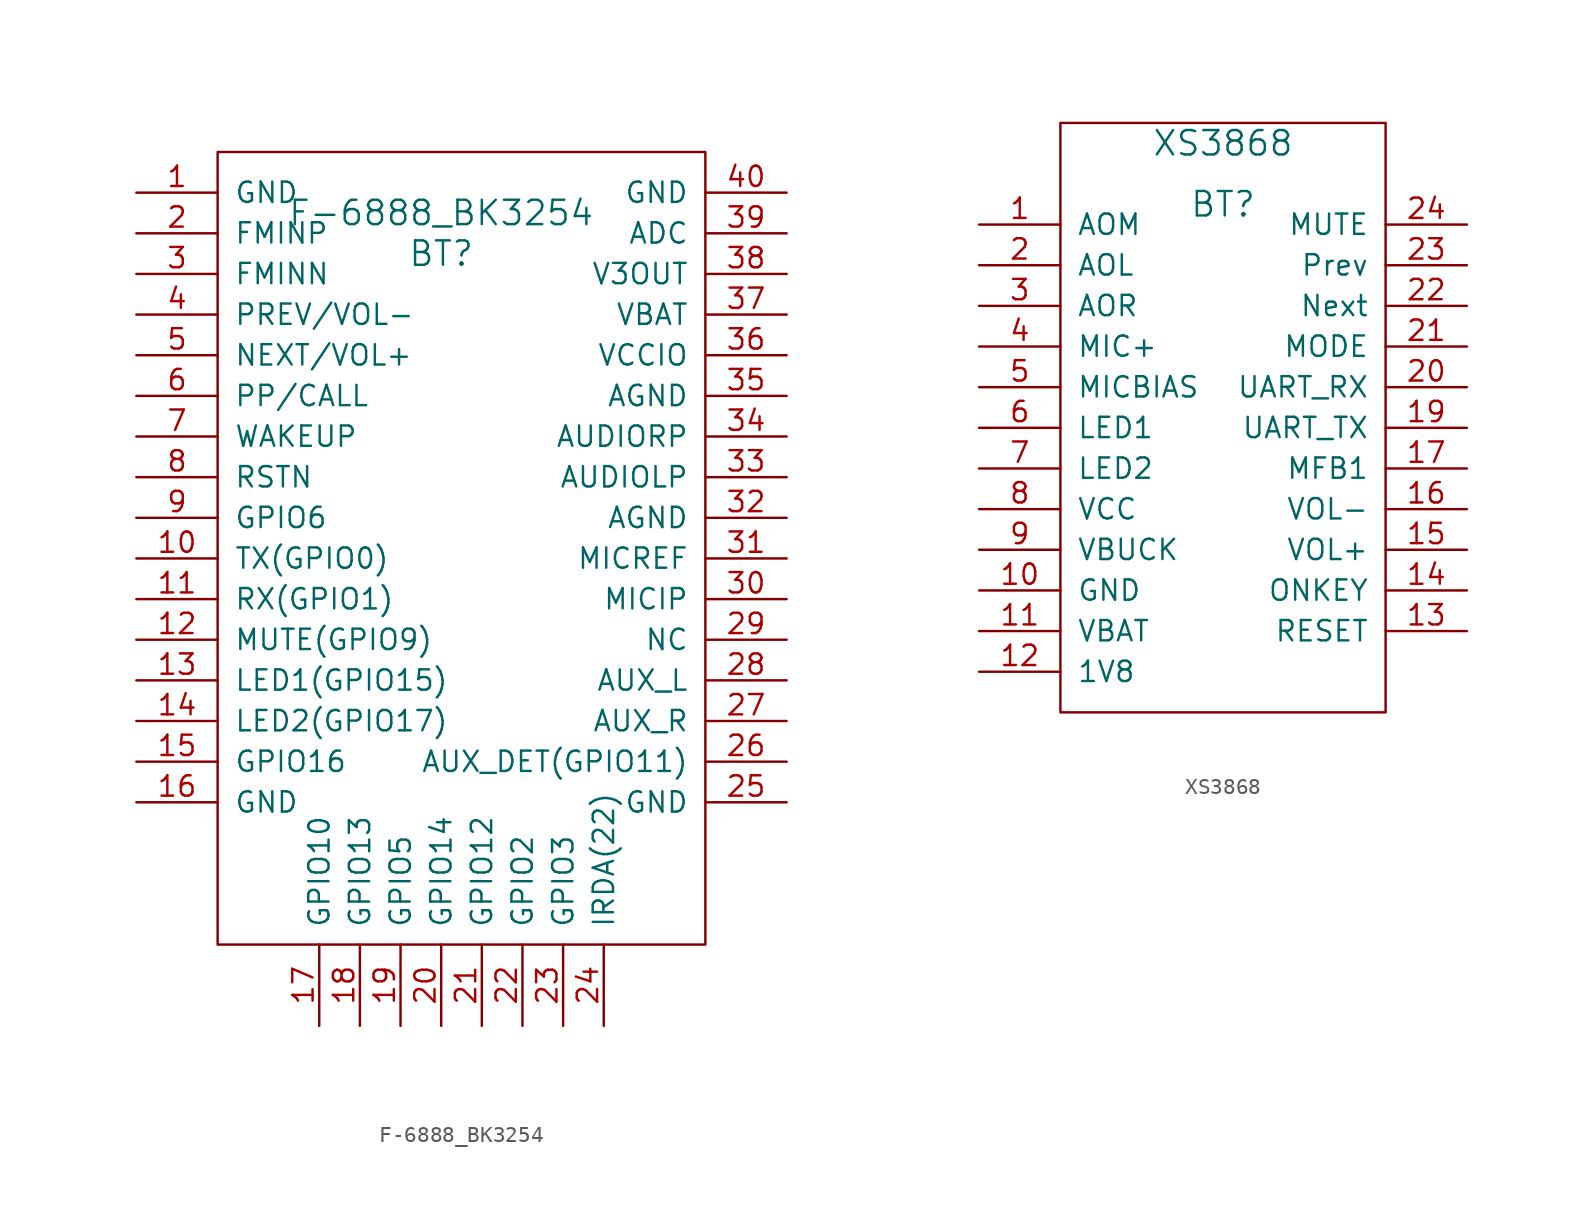
<source format=kicad_sym>
(kicad_symbol_lib
  (version 20211014)
  (generator kicad_symbol_editor)
  (symbol "F-6888_BK3254"
    (pin_names
      (offset 1.016))
    (property "Reference" "BT"
      (at 0 0 0)
      (effects (font (size 1.524 1.524))))
    (property "Value" "F-6888_BK3254"
      (at 0 2.54 0)
      (effects (font (size 1.524 1.524))))
    (symbol "F-6888_BK3254_0_1"
      (rectangle (start -13.97 6.35) (end 16.51 -43.18) (stroke (width 0) (type default) (color 0 0 0 0)) (fill (type none))))
    (symbol "F-6888_BK3254_1_1"
      (pin input line (at -19.05 3.81 0) (length 5.08) (name "GND" (effects (font (size 1.27 1.27)))) (number "1" (effects (font (size 1.27 1.27)))))
      (pin input line (at -19.05 -19.05 0) (length 5.08) (name "TX(GPIO0)" (effects (font (size 1.27 1.27)))) (number "10" (effects (font (size 1.27 1.27)))))
      (pin input line (at -19.05 -21.59 0) (length 5.08) (name "RX(GPIO1)" (effects (font (size 1.27 1.27)))) (number "11" (effects (font (size 1.27 1.27)))))
      (pin input line (at -19.05 -24.13 0) (length 5.08) (name "MUTE(GPIO9)" (effects (font (size 1.27 1.27)))) (number "12" (effects (font (size 1.27 1.27)))))
      (pin input line (at -19.05 -26.67 0) (length 5.08) (name "LED1(GPIO15)" (effects (font (size 1.27 1.27)))) (number "13" (effects (font (size 1.27 1.27)))))
      (pin input line (at -19.05 -29.21 0) (length 5.08) (name "LED2(GPIO17)" (effects (font (size 1.27 1.27)))) (number "14" (effects (font (size 1.27 1.27)))))
      (pin input line (at -19.05 -31.75 0) (length 5.08) (name "GPIO16" (effects (font (size 1.27 1.27)))) (number "15" (effects (font (size 1.27 1.27)))))
      (pin input line (at -19.05 -34.29 0) (length 5.08) (name "GND" (effects (font (size 1.27 1.27)))) (number "16" (effects (font (size 1.27 1.27)))))
      (pin input line (at -7.62 -48.26 90) (length 5.08) (name "GPIO10" (effects (font (size 1.27 1.27)))) (number "17" (effects (font (size 1.27 1.27)))))
      (pin input line (at -5.08 -48.26 90) (length 5.08) (name "GPIO13" (effects (font (size 1.27 1.27)))) (number "18" (effects (font (size 1.27 1.27)))))
      (pin bidirectional line (at -2.54 -48.26 90) (length 5.08) (name "GPIO5" (effects (font (size 1.27 1.27)))) (number "19" (effects (font (size 1.27 1.27)))))
      (pin input line (at -19.05 1.27 0) (length 5.08) (name "FMINP" (effects (font (size 1.27 1.27)))) (number "2" (effects (font (size 1.27 1.27)))))
      (pin bidirectional line (at 0 -48.26 90) (length 5.08) (name "GPIO14" (effects (font (size 1.27 1.27)))) (number "20" (effects (font (size 1.27 1.27)))))
      (pin bidirectional line (at 2.54 -48.26 90) (length 5.08) (name "GPIO12" (effects (font (size 1.27 1.27)))) (number "21" (effects (font (size 1.27 1.27)))))
      (pin bidirectional line (at 5.08 -48.26 90) (length 5.08) (name "GPIO2" (effects (font (size 1.27 1.27)))) (number "22" (effects (font (size 1.27 1.27)))))
      (pin bidirectional line (at 7.62 -48.26 90) (length 5.08) (name "GPIO3" (effects (font (size 1.27 1.27)))) (number "23" (effects (font (size 1.27 1.27)))))
      (pin bidirectional line (at 10.16 -48.26 90) (length 5.08) (name "IRDA(22)" (effects (font (size 1.27 1.27)))) (number "24" (effects (font (size 1.27 1.27)))))
      (pin bidirectional line (at 21.59 -34.29 180) (length 5.08) (name "GND" (effects (font (size 1.27 1.27)))) (number "25" (effects (font (size 1.27 1.27)))))
      (pin bidirectional line (at 21.59 -31.75 180) (length 5.08) (name "AUX_DET(GPIO11)" (effects (font (size 1.27 1.27)))) (number "26" (effects (font (size 1.27 1.27)))))
      (pin bidirectional line (at 21.59 -29.21 180) (length 5.08) (name "AUX_R" (effects (font (size 1.27 1.27)))) (number "27" (effects (font (size 1.27 1.27)))))
      (pin bidirectional line (at 21.59 -26.67 180) (length 5.08) (name "AUX_L" (effects (font (size 1.27 1.27)))) (number "28" (effects (font (size 1.27 1.27)))))
      (pin bidirectional line (at 21.59 -24.13 180) (length 5.08) (name "NC" (effects (font (size 1.27 1.27)))) (number "29" (effects (font (size 1.27 1.27)))))
      (pin input line (at -19.05 -1.27 0) (length 5.08) (name "FMINN" (effects (font (size 1.27 1.27)))) (number "3" (effects (font (size 1.27 1.27)))))
      (pin bidirectional line (at 21.59 -21.59 180) (length 5.08) (name "MICIP" (effects (font (size 1.27 1.27)))) (number "30" (effects (font (size 1.27 1.27)))))
      (pin bidirectional line (at 21.59 -19.05 180) (length 5.08) (name "MICREF" (effects (font (size 1.27 1.27)))) (number "31" (effects (font (size 1.27 1.27)))))
      (pin bidirectional line (at 21.59 -16.51 180) (length 5.08) (name "AGND" (effects (font (size 1.27 1.27)))) (number "32" (effects (font (size 1.27 1.27)))))
      (pin bidirectional line (at 21.59 -13.97 180) (length 5.08) (name "AUDIOLP" (effects (font (size 1.27 1.27)))) (number "33" (effects (font (size 1.27 1.27)))))
      (pin bidirectional line (at 21.59 -11.43 180) (length 5.08) (name "AUDIORP" (effects (font (size 1.27 1.27)))) (number "34" (effects (font (size 1.27 1.27)))))
      (pin bidirectional line (at 21.59 -8.89 180) (length 5.08) (name "AGND" (effects (font (size 1.27 1.27)))) (number "35" (effects (font (size 1.27 1.27)))))
      (pin bidirectional line (at 21.59 -6.35 180) (length 5.08) (name "VCCIO" (effects (font (size 1.27 1.27)))) (number "36" (effects (font (size 1.27 1.27)))))
      (pin bidirectional line (at 21.59 -3.81 180) (length 5.08) (name "VBAT" (effects (font (size 1.27 1.27)))) (number "37" (effects (font (size 1.27 1.27)))))
      (pin bidirectional line (at 21.59 -1.27 180) (length 5.08) (name "V3OUT" (effects (font (size 1.27 1.27)))) (number "38" (effects (font (size 1.27 1.27)))))
      (pin bidirectional line (at 21.59 1.27 180) (length 5.08) (name "ADC" (effects (font (size 1.27 1.27)))) (number "39" (effects (font (size 1.27 1.27)))))
      (pin input line (at -19.05 -3.81 0) (length 5.08) (name "PREV/VOL-" (effects (font (size 1.27 1.27)))) (number "4" (effects (font (size 1.27 1.27)))))
      (pin bidirectional line (at 21.59 3.81 180) (length 5.08) (name "GND" (effects (font (size 1.27 1.27)))) (number "40" (effects (font (size 1.27 1.27)))))
      (pin input line (at -19.05 -6.35 0) (length 5.08) (name "NEXT/VOL+" (effects (font (size 1.27 1.27)))) (number "5" (effects (font (size 1.27 1.27)))))
      (pin input line (at -19.05 -8.89 0) (length 5.08) (name "PP/CALL" (effects (font (size 1.27 1.27)))) (number "6" (effects (font (size 1.27 1.27)))))
      (pin input line (at -19.05 -11.43 0) (length 5.08) (name "WAKEUP" (effects (font (size 1.27 1.27)))) (number "7" (effects (font (size 1.27 1.27)))))
      (pin input line (at -19.05 -13.97 0) (length 5.08) (name "RSTN" (effects (font (size 1.27 1.27)))) (number "8" (effects (font (size 1.27 1.27)))))
      (pin input line (at -19.05 -16.51 0) (length 5.08) (name "GPIO6" (effects (font (size 1.27 1.27)))) (number "9" (effects (font (size 1.27 1.27)))))))
  (symbol "XS3868"
    (pin_names
      (offset 1.016))
    (property "Reference" "BT"
      (at 0 12.7 0)
      (effects (font (size 1.524 1.524))))
    (property "Value" "XS3868"
      (at 0 16.51 0)
      (effects (font (size 1.524 1.524))))
    (property "Footprint" ""
      (at 1.27 0 0)
      (effects (font (size 1.524 1.524))))
    (property "Datasheet" ""
      (at 1.27 0 0)
      (effects (font (size 1.524 1.524))))
    (symbol "XS3868_0_1"
      (rectangle (start -10.16 17.78) (end 10.16 -19.05) (stroke (width 0) (type default) (color 0 0 0 0)) (fill (type none))))
    (symbol "XS3868_1_1"
      (pin input line (at -15.24 11.43 0) (length 5.08) (name "AOM" (effects (font (size 1.27 1.27)))) (number "1" (effects (font (size 1.27 1.27)))))
      (pin power_in line (at -15.24 -11.43 0) (length 5.08) (name "GND" (effects (font (size 1.27 1.27)))) (number "10" (effects (font (size 1.27 1.27)))))
      (pin power_in line (at -15.24 -13.97 0) (length 5.08) (name "VBAT" (effects (font (size 1.27 1.27)))) (number "11" (effects (font (size 1.27 1.27)))))
      (pin power_out line (at -15.24 -16.51 0) (length 5.08) (name "1V8" (effects (font (size 1.27 1.27)))) (number "12" (effects (font (size 1.27 1.27)))))
      (pin input line (at 15.24 -13.97 180) (length 5.08) (name "RESET" (effects (font (size 1.27 1.27)))) (number "13" (effects (font (size 1.27 1.27)))))
      (pin input line (at 15.24 -11.43 180) (length 5.08) (name "ONKEY" (effects (font (size 1.27 1.27)))) (number "14" (effects (font (size 1.27 1.27)))))
      (pin input line (at 15.24 -8.89 180) (length 5.08) (name "VOL+" (effects (font (size 1.27 1.27)))) (number "15" (effects (font (size 1.27 1.27)))))
      (pin input line (at 15.24 -6.35 180) (length 5.08) (name "VOL-" (effects (font (size 1.27 1.27)))) (number "16" (effects (font (size 1.27 1.27)))))
      (pin input line (at 15.24 -3.81 180) (length 5.08) (name "MFB1" (effects (font (size 1.27 1.27)))) (number "17" (effects (font (size 1.27 1.27)))))
      (pin input line (at 15.24 -1.27 180) (length 5.08) (name "UART_TX" (effects (font (size 1.27 1.27)))) (number "19" (effects (font (size 1.27 1.27)))))
      (pin output line (at -15.24 8.89 0) (length 5.08) (name "AOL" (effects (font (size 1.27 1.27)))) (number "2" (effects (font (size 1.27 1.27)))))
      (pin input line (at 15.24 1.27 180) (length 5.08) (name "UART_RX" (effects (font (size 1.27 1.27)))) (number "20" (effects (font (size 1.27 1.27)))))
      (pin input line (at 15.24 3.81 180) (length 5.08) (name "MODE" (effects (font (size 1.27 1.27)))) (number "21" (effects (font (size 1.27 1.27)))))
      (pin input line (at 15.24 6.35 180) (length 5.08) (name "Next" (effects (font (size 1.27 1.27)))) (number "22" (effects (font (size 1.27 1.27)))))
      (pin input line (at 15.24 8.89 180) (length 5.08) (name "Prev" (effects (font (size 1.27 1.27)))) (number "23" (effects (font (size 1.27 1.27)))))
      (pin input line (at 15.24 11.43 180) (length 5.08) (name "MUTE" (effects (font (size 1.27 1.27)))) (number "24" (effects (font (size 1.27 1.27)))))
      (pin output line (at -15.24 6.35 0) (length 5.08) (name "AOR" (effects (font (size 1.27 1.27)))) (number "3" (effects (font (size 1.27 1.27)))))
      (pin input line (at -15.24 3.81 0) (length 5.08) (name "MIC+" (effects (font (size 1.27 1.27)))) (number "4" (effects (font (size 1.27 1.27)))))
      (pin output line (at -15.24 1.27 0) (length 5.08) (name "MICBIAS" (effects (font (size 1.27 1.27)))) (number "5" (effects (font (size 1.27 1.27)))))
      (pin input line (at -15.24 -1.27 0) (length 5.08) (name "LED1" (effects (font (size 1.27 1.27)))) (number "6" (effects (font (size 1.27 1.27)))))
      (pin input line (at -15.24 -3.81 0) (length 5.08) (name "LED2" (effects (font (size 1.27 1.27)))) (number "7" (effects (font (size 1.27 1.27)))))
      (pin power_in line (at -15.24 -6.35 0) (length 5.08) (name "VCC" (effects (font (size 1.27 1.27)))) (number "8" (effects (font (size 1.27 1.27)))))
      (pin power_out line (at -15.24 -8.89 0) (length 5.08) (name "VBUCK" (effects (font (size 1.27 1.27)))) (number "9" (effects (font (size 1.27 1.27))))))))
</source>
